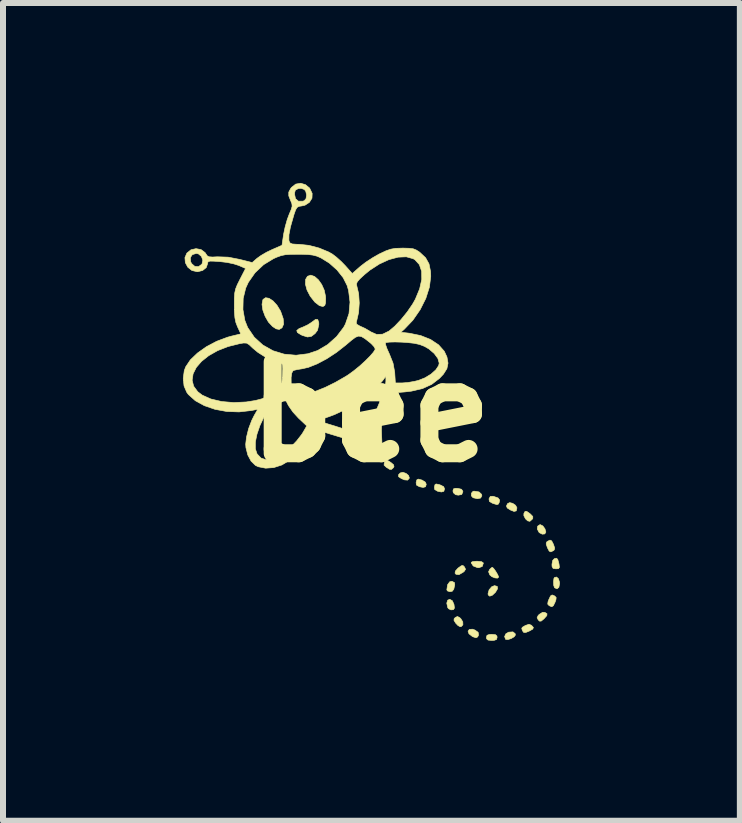
<source format=kicad_pcb>
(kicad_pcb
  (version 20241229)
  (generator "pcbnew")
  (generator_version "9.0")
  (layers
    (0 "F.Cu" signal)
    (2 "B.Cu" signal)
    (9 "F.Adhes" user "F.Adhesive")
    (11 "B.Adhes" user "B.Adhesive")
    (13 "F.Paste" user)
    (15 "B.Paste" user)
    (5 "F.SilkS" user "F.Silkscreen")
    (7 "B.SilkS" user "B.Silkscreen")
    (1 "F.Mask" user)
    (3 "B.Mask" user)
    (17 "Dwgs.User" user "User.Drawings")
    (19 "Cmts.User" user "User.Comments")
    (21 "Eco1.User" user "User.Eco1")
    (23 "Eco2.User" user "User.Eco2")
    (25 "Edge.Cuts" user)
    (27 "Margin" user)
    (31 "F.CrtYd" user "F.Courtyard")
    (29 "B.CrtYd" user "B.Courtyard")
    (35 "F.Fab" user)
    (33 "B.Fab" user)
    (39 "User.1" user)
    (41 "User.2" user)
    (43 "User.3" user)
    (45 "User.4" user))
  (footprint "bee"
    (layer "F.Cu")
    (at 3.129 3.817)
    (property "Reference" "bee" (at 0 0 0) (layer "F.SilkS") (effects (font (size 1.524 1.524) (thickness 0.3))))
    (attr through_hole)
    (fp_poly (pts (xy 1.361 3.147) (xy 1.389 3.208) (xy 1.397 3.27) (xy 1.379 3.297) (xy 1.339 3.3) (xy 1.299 3.281) (xy 1.285 3.262) (xy 1.269 3.188) (xy 1.284 3.139) (xy 1.318 3.124) (xy 1.361 3.147)) (stroke (width 0.01) (type solid)) (fill yes) (layer "F.SilkS"))
    (fp_poly (pts (xy 1.398 2.846) (xy 1.402 2.883) (xy 1.386 2.955) (xy 1.361 2.989) (xy 1.322 2.997) (xy 1.28 2.984) (xy 1.27 2.965) (xy 1.283 2.88) (xy 1.318 2.832) (xy 1.356 2.824) (xy 1.398 2.846)) (stroke (width 0.01) (type solid)) (fill yes) (layer "F.SilkS"))
    (fp_poly (pts (xy 2.111 2.909) (xy 2.115 2.949) (xy 2.081 3.007) (xy 2.029 3.056) (xy 1.985 3.072) (xy 1.96 3.051) (xy 1.957 3.029) (xy 1.975 2.966) (xy 2.018 2.915) (xy 2.065 2.896) (xy 2.111 2.909)) (stroke (width 0.01) (type solid)) (fill yes) (layer "F.SilkS"))
    (fp_poly (pts (xy 0.59 1.025) (xy 0.632 1.06) (xy 0.645 1.101) (xy 0.643 1.107) (xy 0.617 1.137) (xy 0.566 1.133) (xy 0.514 1.112) (xy 0.466 1.08) (xy 0.465 1.047) (xy 0.494 1.017) (xy 0.538 1.007) (xy 0.59 1.025)) (stroke (width 0.01) (type solid)) (fill yes) (layer "F.SilkS"))
    (fp_poly (pts (xy 0.848 1.134) (xy 0.856 1.136) (xy 0.911 1.17) (xy 0.927 1.206) (xy 0.915 1.248) (xy 0.875 1.259) (xy 0.813 1.247) (xy 0.764 1.219) (xy 0.758 1.179) (xy 0.77 1.133) (xy 0.795 1.12) (xy 0.848 1.134)) (stroke (width 0.01) (type solid)) (fill yes) (layer "F.SilkS"))
    (fp_poly (pts (xy 1.136 1.21) (xy 1.157 1.216) (xy 1.217 1.246) (xy 1.232 1.282) (xy 1.22 1.324) (xy 1.18 1.335) (xy 1.118 1.323) (xy 1.069 1.295) (xy 1.063 1.256) (xy 1.072 1.214) (xy 1.091 1.201) (xy 1.136 1.21)) (stroke (width 0.01) (type solid)) (fill yes) (layer "F.SilkS"))
    (fp_poly (pts (xy 1.454 1.275) (xy 1.514 1.289) (xy 1.536 1.32) (xy 1.537 1.333) (xy 1.518 1.377) (xy 1.461 1.388) (xy 1.416 1.38) (xy 1.379 1.348) (xy 1.372 1.317) (xy 1.381 1.283) (xy 1.417 1.273) (xy 1.454 1.275)) (stroke (width 0.01) (type solid)) (fill yes) (layer "F.SilkS"))
    (fp_poly (pts (xy 1.738 3.636) (xy 1.792 3.674) (xy 1.799 3.72) (xy 1.784 3.751) (xy 1.756 3.765) (xy 1.704 3.748) (xy 1.695 3.743) (xy 1.639 3.699) (xy 1.624 3.656) (xy 1.645 3.626) (xy 1.697 3.622) (xy 1.738 3.636)) (stroke (width 0.01) (type solid)) (fill yes) (layer "F.SilkS"))
    (fp_poly (pts (xy 1.807 1.334) (xy 1.849 1.373) (xy 1.854 1.4) (xy 1.833 1.436) (xy 1.78 1.447) (xy 1.709 1.431) (xy 1.708 1.431) (xy 1.679 1.399) (xy 1.68 1.355) (xy 1.707 1.324) (xy 1.725 1.321) (xy 1.807 1.334)) (stroke (width 0.01) (type solid)) (fill yes) (layer "F.SilkS"))
    (fp_poly (pts (xy 2.368 1.524) (xy 2.415 1.556) (xy 2.438 1.597) (xy 2.438 1.603) (xy 2.427 1.65) (xy 2.39 1.659) (xy 2.33 1.635) (xy 2.277 1.601) (xy 2.264 1.569) (xy 2.282 1.529) (xy 2.318 1.512) (xy 2.368 1.524)) (stroke (width 0.01) (type solid)) (fill yes) (layer "F.SilkS"))
    (fp_poly (pts (xy 2.409 3.696) (xy 2.413 3.72) (xy 2.392 3.749) (xy 2.343 3.778) (xy 2.289 3.795) (xy 2.252 3.792) (xy 2.25 3.791) (xy 2.233 3.745) (xy 2.254 3.699) (xy 2.3 3.672) (xy 2.372 3.667) (xy 2.409 3.696)) (stroke (width 0.01) (type solid)) (fill yes) (layer "F.SilkS"))
    (fp_poly (pts (xy 2.871 1.901) (xy 2.906 1.949) (xy 2.921 2.002) (xy 2.903 2.034) (xy 2.861 2.038) (xy 2.814 2.014) (xy 2.806 2.006) (xy 2.778 1.952) (xy 2.784 1.905) (xy 2.821 1.88) (xy 2.83 1.88) (xy 2.871 1.901)) (stroke (width 0.01) (type solid)) (fill yes) (layer "F.SilkS"))
    (fp_poly (pts (xy 1.484 3.429) (xy 1.504 3.448) (xy 1.536 3.5) (xy 1.538 3.549) (xy 1.511 3.578) (xy 1.493 3.581) (xy 1.456 3.561) (xy 1.417 3.52) (xy 1.389 3.474) (xy 1.393 3.445) (xy 1.412 3.427) (xy 1.447 3.41) (xy 1.484 3.429)) (stroke (width 0.01) (type solid)) (fill yes) (layer "F.SilkS"))
    (fp_poly (pts (xy 1.85 2.497) (xy 1.879 2.518) (xy 1.879 2.521) (xy 1.86 2.577) (xy 1.805 2.597) (xy 1.778 2.595) (xy 1.71 2.568) (xy 1.678 2.519) (xy 1.677 2.508) (xy 1.699 2.496) (xy 1.755 2.49) (xy 1.778 2.489) (xy 1.85 2.497)) (stroke (width 0.01) (type solid)) (fill yes) (layer "F.SilkS"))
    (fp_poly (pts (xy 2.081 3.714) (xy 2.105 3.736) (xy 2.108 3.759) (xy 2.098 3.794) (xy 2.059 3.808) (xy 2.019 3.81) (xy 1.958 3.804) (xy 1.933 3.782) (xy 1.93 3.759) (xy 1.94 3.724) (xy 1.979 3.71) (xy 2.019 3.708) (xy 2.081 3.714)) (stroke (width 0.01) (type solid)) (fill yes) (layer "F.SilkS"))
    (fp_poly (pts (xy 2.653 1.694) (xy 2.664 1.703) (xy 2.703 1.743) (xy 2.703 1.775) (xy 2.692 1.791) (xy 2.654 1.824) (xy 2.618 1.816) (xy 2.581 1.782) (xy 2.554 1.729) (xy 2.555 1.693) (xy 2.574 1.659) (xy 2.603 1.659) (xy 2.653 1.694)) (stroke (width 0.01) (type solid)) (fill yes) (layer "F.SilkS"))
    (fp_poly (pts (xy 2.904 3.342) (xy 2.94 3.364) (xy 2.937 3.395) (xy 2.894 3.444) (xy 2.887 3.451) (xy 2.843 3.487) (xy 2.816 3.488) (xy 2.794 3.467) (xy 2.775 3.431) (xy 2.792 3.395) (xy 2.81 3.376) (xy 2.866 3.341) (xy 2.904 3.342)) (stroke (width 0.01) (type solid)) (fill yes) (layer "F.SilkS"))
    (fp_poly (pts (xy 3.119 2.458) (xy 3.135 2.514) (xy 3.14 2.536) (xy 3.147 2.591) (xy 3.131 2.613) (xy 3.089 2.616) (xy 3.042 2.609) (xy 3.024 2.576) (xy 3.023 2.539) (xy 3.035 2.476) (xy 3.062 2.447) (xy 3.098 2.439) (xy 3.119 2.458)) (stroke (width 0.01) (type solid)) (fill yes) (layer "F.SilkS"))
    (fp_poly (pts (xy 3.13 2.78) (xy 3.148 2.837) (xy 3.15 2.86) (xy 3.138 2.924) (xy 3.107 2.949) (xy 3.066 2.931) (xy 3.065 2.929) (xy 3.052 2.892) (xy 3.049 2.832) (xy 3.055 2.779) (xy 3.063 2.762) (xy 3.098 2.752) (xy 3.13 2.78)) (stroke (width 0.01) (type solid)) (fill yes) (layer "F.SilkS"))
    (fp_poly (pts (xy 1.564 2.584) (xy 1.565 2.586) (xy 1.582 2.623) (xy 1.562 2.656) (xy 1.542 2.673) (xy 1.472 2.713) (xy 1.423 2.707) (xy 1.407 2.688) (xy 1.413 2.653) (xy 1.454 2.607) (xy 1.461 2.601) (xy 1.511 2.565) (xy 1.539 2.56) (xy 1.564 2.584)) (stroke (width 0.01) (type solid)) (fill yes) (layer "F.SilkS"))
    (fp_poly (pts (xy 2.055 1.41) (xy 2.125 1.435) (xy 2.151 1.47) (xy 2.144 1.507) (xy 2.129 1.537) (xy 2.105 1.545) (xy 2.056 1.531) (xy 2.028 1.521) (xy 1.98 1.492) (xy 1.973 1.45) (xy 1.975 1.445) (xy 1.995 1.409) (xy 2.039 1.406) (xy 2.055 1.41)) (stroke (width 0.01) (type solid)) (fill yes) (layer "F.SilkS"))
    (fp_poly (pts (xy 2.681 3.557) (xy 2.713 3.593) (xy 2.703 3.62) (xy 2.649 3.651) (xy 2.586 3.677) (xy 2.553 3.677) (xy 2.533 3.651) (xy 2.529 3.641) (xy 2.519 3.61) (xy 2.528 3.591) (xy 2.566 3.568) (xy 2.586 3.558) (xy 2.64 3.54) (xy 2.681 3.557)) (stroke (width 0.01) (type solid)) (fill yes) (layer "F.SilkS"))
    (fp_poly (pts (xy 0.328 0.837) (xy 0.336 0.842) (xy 0.383 0.882) (xy 0.389 0.913) (xy 0.379 0.93) (xy 0.348 0.958) (xy 0.316 0.957) (xy 0.263 0.924) (xy 0.262 0.923) (xy 0.224 0.888) (xy 0.227 0.852) (xy 0.235 0.838) (xy 0.257 0.809) (xy 0.282 0.808) (xy 0.328 0.837)) (stroke (width 0.01) (type solid)) (fill yes) (layer "F.SilkS"))
    (fp_poly (pts (xy 2.051 2.61) (xy 2.084 2.656) (xy 2.115 2.708) (xy 2.133 2.748) (xy 2.134 2.753) (xy 2.115 2.771) (xy 2.071 2.767) (xy 2.022 2.747) (xy 1.986 2.717) (xy 1.986 2.716) (xy 1.966 2.665) (xy 1.983 2.627) (xy 2.016 2.596) (xy 2.03 2.591) (xy 2.051 2.61)) (stroke (width 0.01) (type solid)) (fill yes) (layer "F.SilkS"))
    (fp_poly (pts (xy 3.018 2.15) (xy 3.045 2.202) (xy 3.049 2.212) (xy 3.068 2.269) (xy 3.061 2.3) (xy 3.046 2.313) (xy 3.004 2.333) (xy 2.977 2.321) (xy 2.949 2.268) (xy 2.945 2.258) (xy 2.926 2.201) (xy 2.933 2.17) (xy 2.949 2.157) (xy 2.99 2.137) (xy 3.018 2.15)) (stroke (width 0.01) (type solid)) (fill yes) (layer "F.SilkS"))
    (fp_poly (pts (xy 3.065 3.067) (xy 3.071 3.071) (xy 3.093 3.095) (xy 3.088 3.135) (xy 3.074 3.173) (xy 3.046 3.231) (xy 3.019 3.248) (xy 2.98 3.232) (xy 2.974 3.228) (xy 2.952 3.204) (xy 2.957 3.164) (xy 2.971 3.127) (xy 2.999 3.068) (xy 3.026 3.051) (xy 3.065 3.067)) (stroke (width 0.01) (type solid)) (fill yes) (layer "F.SilkS"))
    (fp_poly (pts (xy -0.882 -1.54) (xy -0.865 -1.491) (xy -0.864 -1.459) (xy -0.885 -1.362) (xy -0.926 -1.307) (xy -0.989 -1.259) (xy -1.054 -1.249) (xy -1.137 -1.275) (xy -1.163 -1.287) (xy -1.221 -1.324) (xy -1.232 -1.357) (xy -1.193 -1.389) (xy -1.13 -1.414) (xy -1.052 -1.45) (xy -0.986 -1.492) (xy -0.977 -1.499) (xy -0.919 -1.542) (xy -0.882 -1.54)) (stroke (width 0.01) (type solid)) (fill yes) (layer "F.SilkS"))
    (fp_poly (pts (xy -1.694 -1.894) (xy -1.628 -1.851) (xy -1.562 -1.779) (xy -1.505 -1.686) (xy -1.498 -1.67) (xy -1.458 -1.555) (xy -1.451 -1.463) (xy -1.478 -1.402) (xy -1.524 -1.375) (xy -1.576 -1.385) (xy -1.636 -1.425) (xy -1.704 -1.498) (xy -1.759 -1.594) (xy -1.797 -1.697) (xy -1.811 -1.793) (xy -1.797 -1.868) (xy -1.793 -1.876) (xy -1.751 -1.904) (xy -1.694 -1.894)) (stroke (width 0.01) (type solid)) (fill yes) (layer "F.SilkS"))
    (fp_poly (pts (xy -0.935 -2.258) (xy -0.872 -2.203) (xy -0.816 -2.124) (xy -0.774 -2.03) (xy -0.752 -1.927) (xy -0.75 -1.896) (xy -0.752 -1.817) (xy -0.764 -1.776) (xy -0.789 -1.76) (xy -0.801 -1.758) (xy -0.854 -1.772) (xy -0.921 -1.823) (xy -0.933 -1.834) (xy -1.008 -1.93) (xy -1.061 -2.032) (xy -1.087 -2.129) (xy -1.084 -2.21) (xy -1.053 -2.261) (xy -0.998 -2.28) (xy -0.935 -2.258)) (stroke (width 0.01) (type solid)) (fill yes) (layer "F.SilkS"))
    (fp_poly (pts (xy -1.086 -3.788) (xy -1.017 -3.731) (xy -0.975 -3.643) (xy -0.978 -3.563) (xy -1.022 -3.493) (xy -1.095 -3.446) (xy -1.147 -3.434) (xy -1.194 -3.427) (xy -1.225 -3.41) (xy -1.25 -3.37) (xy -1.276 -3.297) (xy -1.288 -3.256) (xy -1.337 -3.084) (xy -1.362 -2.954) (xy -1.363 -2.865) (xy -1.359 -2.844) (xy -1.342 -2.815) (xy -1.306 -2.8) (xy -1.239 -2.795) (xy -1.191 -2.794) (xy -1.031 -2.777) (xy -0.859 -2.732) (xy -0.698 -2.665) (xy -0.638 -2.631) (xy -0.57 -2.579) (xy -0.489 -2.506) (xy -0.424 -2.439) (xy -0.306 -2.307) (xy -0.172 -2.425) (xy -0.08 -2.496) (xy 0.035 -2.571) (xy 0.147 -2.635) (xy 0.151 -2.636) (xy 0.254 -2.685) (xy 0.335 -2.713) (xy 0.415 -2.727) (xy 0.515 -2.73) (xy 0.534 -2.731) (xy 0.638 -2.728) (xy 0.708 -2.72) (xy 0.761 -2.699) (xy 0.815 -2.664) (xy 0.821 -2.659) (xy 0.916 -2.57) (xy 0.973 -2.468) (xy 0.999 -2.34) (xy 1.002 -2.261) (xy 0.98 -2.082) (xy 0.92 -1.893) (xy 0.825 -1.704) (xy 0.704 -1.529) (xy 0.564 -1.382) (xy 0.504 -1.328) (xy 0.645 -1.312) (xy 0.834 -1.273) (xy 0.998 -1.208) (xy 1.132 -1.119) (xy 1.227 -1.012) (xy 1.272 -0.916) (xy 1.29 -0.813) (xy 1.271 -0.721) (xy 1.213 -0.629) (xy 1.147 -0.559) (xy 1.017 -0.459) (xy 0.864 -0.389) (xy 0.679 -0.346) (xy 0.568 -0.333) (xy 0.378 -0.318) (xy 0.314 -0.165) (xy 0.258 -0.031) (xy 0.219 0.069) (xy 0.195 0.149) (xy 0.183 0.222) (xy 0.18 0.301) (xy 0.183 0.399) (xy 0.185 0.436) (xy 0.19 0.561) (xy 0.187 0.641) (xy 0.177 0.684) (xy 0.167 0.694) (xy 0.131 0.688) (xy 0.068 0.659) (xy -0.002 0.619) (xy -0.088 0.573) (xy -0.205 0.522) (xy -0.332 0.474) (xy -0.394 0.454) (xy -0.519 0.416) (xy -0.644 0.378) (xy -0.75 0.346) (xy -0.79 0.333) (xy -0.932 0.289) (xy -0.993 0.405) (xy -1.061 0.508) (xy -1.156 0.62) (xy -1.265 0.728) (xy -1.375 0.82) (xy -1.474 0.881) (xy -1.479 0.884) (xy -1.615 0.928) (xy -1.751 0.938) (xy -1.873 0.914) (xy -1.92 0.892) (xy -1.993 0.821) (xy -2.048 0.718) (xy -2.074 0.615) (xy -1.922 0.615) (xy -1.894 0.699) (xy -1.828 0.769) (xy -1.745 0.797) (xy -1.641 0.784) (xy -1.524 0.735) (xy -1.434 0.676) (xy -1.333 0.587) (xy -1.234 0.484) (xy -1.152 0.379) (xy -1.128 0.342) (xy -1.065 0.233) (xy -1.157 0.146) (xy -0.888 0.146) (xy -0.704 0.203) (xy -0.605 0.233) (xy -0.518 0.261) (xy -0.46 0.279) (xy -0.457 0.28) (xy -0.384 0.298) (xy -0.319 0.295) (xy -0.249 0.268) (xy -0.159 0.214) (xy -0.112 0.181) (xy -0.032 0.124) (xy 0.023 0.077) (xy 0.064 0.027) (xy 0.099 -0.039) (xy 0.138 -0.133) (xy 0.159 -0.185) (xy 0.2 -0.297) (xy 0.232 -0.401) (xy 0.251 -0.481) (xy 0.254 -0.512) (xy 0.254 -0.596) (xy 0.199 -0.52) (xy 0.092 -0.399) (xy -0.053 -0.274) (xy -0.225 -0.154) (xy -0.411 -0.045) (xy -0.601 0.044) (xy -0.686 0.076) (xy -0.888 0.146) (xy -1.157 0.146) (xy -1.203 0.103) (xy -1.296 0.001) (xy -1.37 -0.105) (xy -1.395 -0.154) (xy -1.427 -0.225) (xy -1.45 -0.258) (xy -1.475 -0.26) (xy -1.511 -0.239) (xy -1.608 -0.157) (xy -1.699 -0.045) (xy -1.78 0.087) (xy -1.846 0.228) (xy -1.895 0.37) (xy -1.922 0.502) (xy -1.922 0.615) (xy -2.074 0.615) (xy -2.079 0.597) (xy -2.083 0.537) (xy -2.069 0.418) (xy -2.034 0.278) (xy -1.982 0.141) (xy -1.942 0.061) (xy -1.882 -0.044) (xy -1.989 -0.023) (xy -2.193 0.000025) (xy -2.398 -0.007) (xy -2.594 -0.043) (xy -2.772 -0.104) (xy -2.923 -0.187) (xy -3.039 -0.291) (xy -3.066 -0.328) (xy -3.111 -0.433) (xy -3.121 -0.529) (xy -2.976 -0.529) (xy -2.951 -0.429) (xy -2.883 -0.337) (xy -2.808 -0.28) (xy -2.663 -0.215) (xy -2.483 -0.173) (xy -2.283 -0.156) (xy -2.073 -0.166) (xy -1.923 -0.19) (xy -1.808 -0.22) (xy -1.721 -0.262) (xy -1.636 -0.327) (xy -1.633 -0.329) (xy -1.569 -0.383) (xy -1.519 -0.421) (xy -1.497 -0.432) (xy -1.486 -0.455) (xy -1.477 -0.517) (xy -1.472 -0.574) (xy -1.326 -0.574) (xy -1.325 -0.478) (xy -1.312 -0.377) (xy -1.312 -0.375) (xy -1.299 -0.323) (xy -1.279 -0.293) (xy -1.242 -0.282) (xy -1.177 -0.286) (xy -1.073 -0.303) (xy -1.053 -0.307) (xy -0.919 -0.344) (xy -0.759 -0.408) (xy -0.587 -0.493) (xy -0.415 -0.592) (xy -0.368 -0.622) (xy -0.278 -0.688) (xy -0.182 -0.766) (xy -0.091 -0.849) (xy -0.012 -0.928) (xy 0.046 -0.995) (xy 0.075 -1.042) (xy 0.076 -1.05) (xy 0.057 -1.087) (xy 0.01 -1.138) (xy -0.006 -1.151) (xy 0.246 -1.151) (xy 0.25 -1.119) (xy 0.272 -1.055) (xy 0.309 -0.973) (xy 0.312 -0.967) (xy 0.373 -0.814) (xy 0.401 -0.662) (xy 0.402 -0.644) (xy 0.412 -0.483) (xy 0.528 -0.483) (xy 0.62 -0.49) (xy 0.729 -0.509) (xy 0.796 -0.525) (xy 0.907 -0.569) (xy 1.008 -0.631) (xy 1.087 -0.702) (xy 1.134 -0.773) (xy 1.143 -0.813) (xy 1.121 -0.891) (xy 1.06 -0.974) (xy 0.971 -1.05) (xy 0.897 -1.093) (xy 0.817 -1.124) (xy 0.726 -1.144) (xy 0.608 -1.157) (xy 0.518 -1.163) (xy 0.407 -1.166) (xy 0.318 -1.164) (xy 0.261 -1.158) (xy 0.246 -1.151) (xy -0.006 -1.151) (xy -0.019 -1.162) (xy -0.096 -1.222) (xy -0.153 -1.256) (xy -0.201 -1.264) (xy -0.252 -1.245) (xy -0.318 -1.196) (xy -0.411 -1.117) (xy -0.417 -1.112) (xy -0.57 -0.992) (xy -0.732 -0.886) (xy -0.892 -0.801) (xy -1.038 -0.743) (xy -1.143 -0.719) (xy -1.221 -0.707) (xy -1.279 -0.693) (xy -1.294 -0.686) (xy -1.315 -0.648) (xy -1.326 -0.574) (xy -1.472 -0.574) (xy -1.47 -0.604) (xy -1.469 -0.62) (xy -1.465 -0.717) (xy -1.467 -0.774) (xy -1.479 -0.804) (xy -1.503 -0.817) (xy -1.531 -0.823) (xy -1.639 -0.858) (xy -1.763 -0.919) (xy -1.88 -0.993) (xy -1.968 -1.066) (xy -2.025 -1.121) (xy -2.068 -1.147) (xy -2.119 -1.149) (xy -2.18 -1.139) (xy -2.377 -1.09) (xy -2.551 -1.022) (xy -2.699 -0.938) (xy -2.819 -0.843) (xy -2.907 -0.741) (xy -2.96 -0.635) (xy -2.976 -0.529) (xy -3.121 -0.529) (xy -3.124 -0.56) (xy -3.107 -0.688) (xy -3.083 -0.752) (xy -3.005 -0.868) (xy -2.887 -0.981) (xy -2.738 -1.087) (xy -2.568 -1.177) (xy -2.387 -1.245) (xy -2.326 -1.262) (xy -2.164 -1.301) (xy -2.219 -1.419) (xy -2.247 -1.491) (xy -2.263 -1.569) (xy -2.271 -1.668) (xy -2.272 -1.705) (xy -2.129 -1.705) (xy -2.097 -1.525) (xy -2.05 -1.407) (xy -1.94 -1.245) (xy -1.797 -1.115) (xy -1.628 -1.02) (xy -1.441 -0.963) (xy -1.244 -0.945) (xy -1.044 -0.97) (xy -0.883 -1.024) (xy -0.717 -1.122) (xy -0.568 -1.255) (xy -0.45 -1.41) (xy -0.42 -1.466) (xy -0.409 -1.498) (xy -0.24 -1.498) (xy -0.234 -1.463) (xy -0.183 -1.433) (xy -0.172 -1.428) (xy -0.095 -1.393) (xy -0.013 -1.345) (xy 0 -1.336) (xy 0.099 -1.292) (xy 0.2 -1.296) (xy 0.308 -1.349) (xy 0.308 -1.349) (xy 0.402 -1.429) (xy 0.507 -1.54) (xy 0.61 -1.667) (xy 0.698 -1.795) (xy 0.745 -1.878) (xy 0.817 -2.052) (xy 0.852 -2.209) (xy 0.85 -2.345) (xy 0.812 -2.456) (xy 0.739 -2.536) (xy 0.709 -2.554) (xy 0.595 -2.586) (xy 0.458 -2.58) (xy 0.305 -2.539) (xy 0.146 -2.466) (xy -0.013 -2.363) (xy -0.107 -2.286) (xy -0.181 -2.217) (xy -0.222 -2.17) (xy -0.236 -2.134) (xy -0.231 -2.101) (xy -0.2 -1.971) (xy -0.19 -1.816) (xy -0.201 -1.657) (xy -0.233 -1.517) (xy -0.24 -1.498) (xy -0.409 -1.498) (xy -0.361 -1.639) (xy -0.344 -1.83) (xy -0.368 -2.023) (xy -0.392 -2.107) (xy -0.458 -2.238) (xy -0.561 -2.367) (xy -0.689 -2.481) (xy -0.826 -2.566) (xy -0.894 -2.596) (xy -0.962 -2.614) (xy -1.044 -2.624) (xy -1.155 -2.628) (xy -1.206 -2.628) (xy -1.33 -2.627) (xy -1.42 -2.621) (xy -1.492 -2.606) (xy -1.564 -2.58) (xy -1.62 -2.555) (xy -1.784 -2.455) (xy -1.928 -2.319) (xy -2.039 -2.16) (xy -2.083 -2.064) (xy -2.125 -1.891) (xy -2.129 -1.705) (xy -2.272 -1.705) (xy -2.273 -1.781) (xy -2.272 -1.898) (xy -2.266 -1.982) (xy -2.251 -2.051) (xy -2.223 -2.121) (xy -2.179 -2.209) (xy -2.085 -2.392) (xy -2.197 -2.441) (xy -2.281 -2.468) (xy -2.394 -2.492) (xy -2.513 -2.506) (xy -2.514 -2.506) (xy -2.615 -2.513) (xy -2.675 -2.514) (xy -2.706 -2.506) (xy -2.717 -2.488) (xy -2.718 -2.472) (xy -2.741 -2.406) (xy -2.801 -2.358) (xy -2.884 -2.337) (xy -2.892 -2.337) (xy -2.98 -2.358) (xy -3.048 -2.412) (xy -3.089 -2.488) (xy -3.096 -2.571) (xy -3.096 -2.572) (xy -3.006 -2.572) (xy -3.001 -2.505) (xy -2.985 -2.473) (xy -2.931 -2.426) (xy -2.869 -2.422) (xy -2.816 -2.461) (xy -2.811 -2.468) (xy -2.798 -2.53) (xy -2.821 -2.592) (xy -2.87 -2.634) (xy -2.907 -2.642) (xy -2.973 -2.622) (xy -3.006 -2.572) (xy -3.096 -2.572) (xy -3.064 -2.647) (xy -2.995 -2.703) (xy -2.911 -2.722) (xy -2.827 -2.706) (xy -2.76 -2.656) (xy -2.745 -2.633) (xy -2.724 -2.602) (xy -2.692 -2.586) (xy -2.636 -2.582) (xy -2.555 -2.586) (xy -2.375 -2.58) (xy -2.185 -2.543) (xy -1.974 -2.49) (xy -1.893 -2.561) (xy -1.827 -2.608) (xy -1.735 -2.662) (xy -1.645 -2.705) (xy -1.478 -2.778) (xy -1.451 -2.962) (xy -1.426 -3.081) (xy -1.391 -3.206) (xy -1.359 -3.292) (xy -1.324 -3.375) (xy -1.309 -3.428) (xy -1.313 -3.471) (xy -1.332 -3.519) (xy -1.333 -3.52) (xy -1.365 -3.602) (xy -1.365 -3.637) (xy -1.27 -3.637) (xy -1.253 -3.555) (xy -1.205 -3.513) (xy -1.131 -3.513) (xy -1.107 -3.521) (xy -1.077 -3.556) (xy -1.068 -3.615) (xy -1.081 -3.676) (xy -1.105 -3.708) (xy -1.159 -3.727) (xy -1.206 -3.723) (xy -1.255 -3.698) (xy -1.27 -3.644) (xy -1.27 -3.637) (xy -1.365 -3.637) (xy -1.365 -3.664) (xy -1.333 -3.725) (xy -1.319 -3.743) (xy -1.249 -3.798) (xy -1.167 -3.812) (xy -1.086 -3.788)) (stroke (width 0.01) (type solid)) (fill yes) (layer "F.SilkS")))
  (gr_rect
    (start -3 -3)
    (end 9.284 10.632)
    (stroke (width 0.1) (type default))
    (fill no)
    (layer "Edge.Cuts")))
</source>
